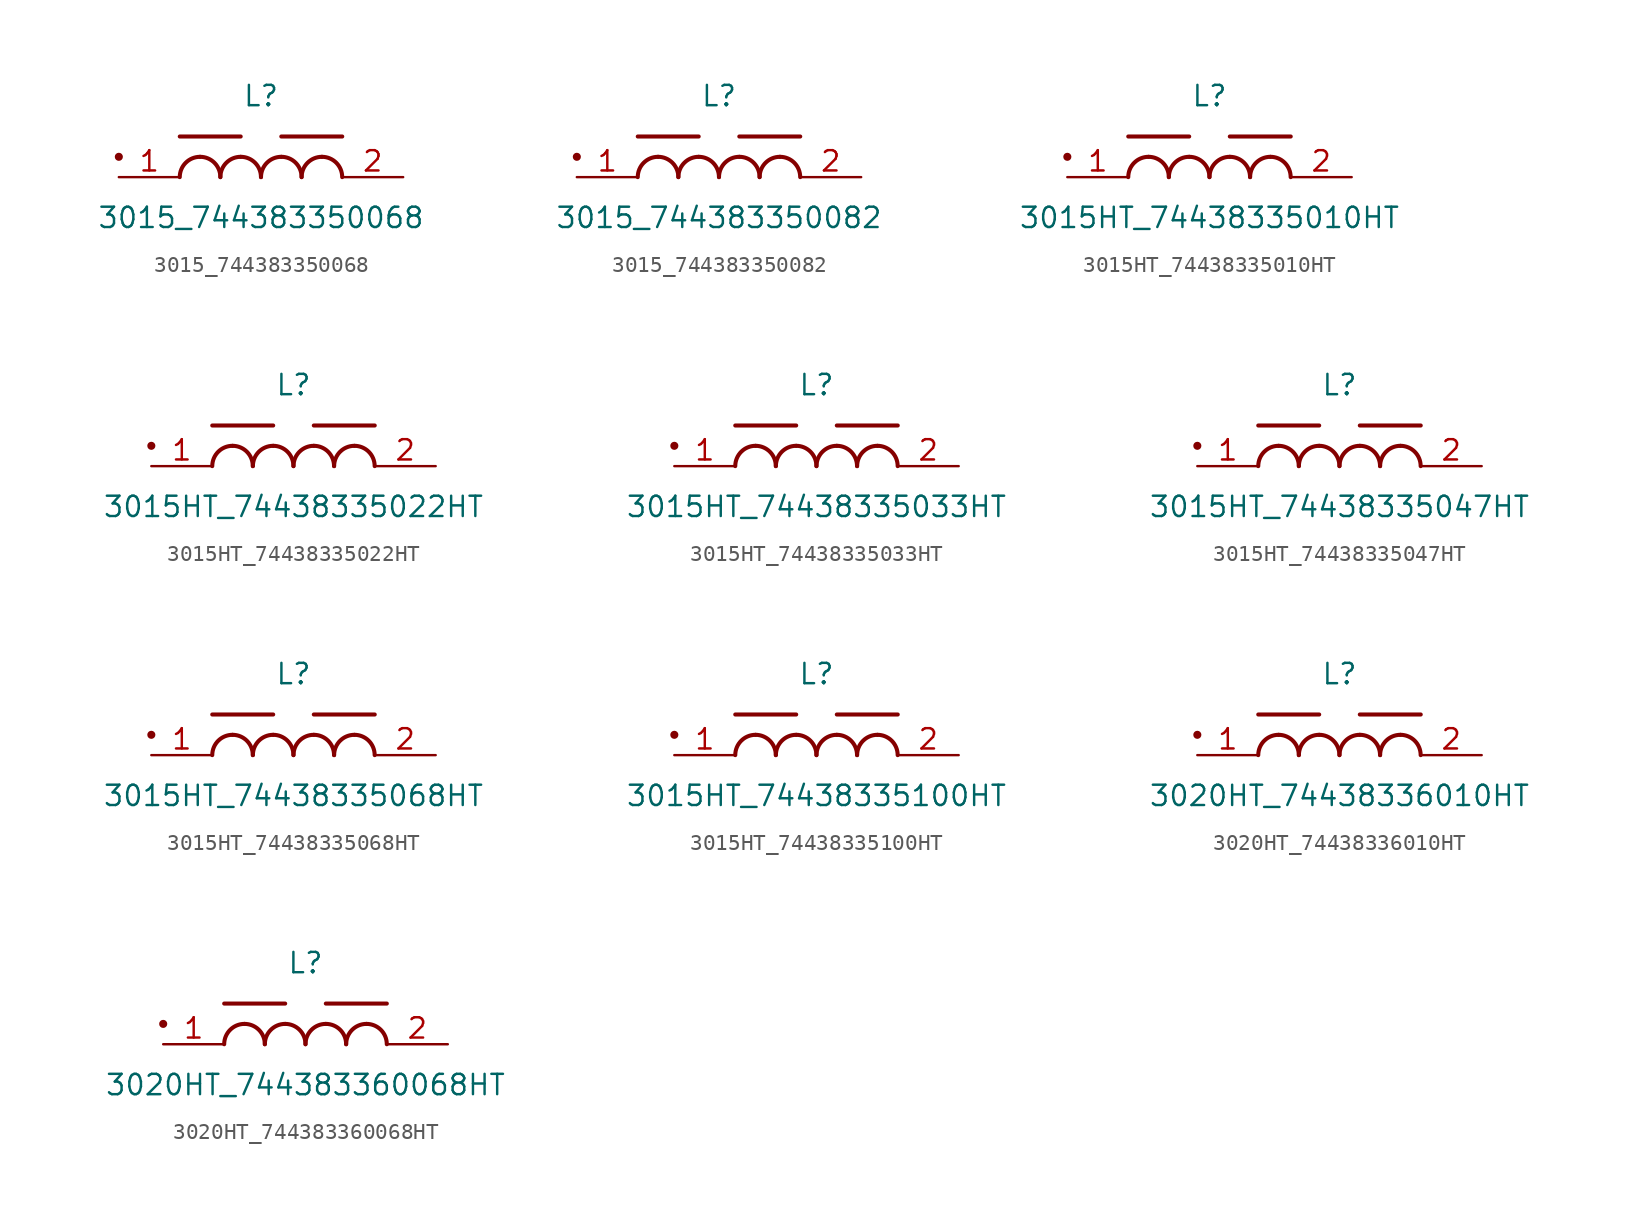
<source format=kicad_sym>
(kicad_symbol_lib
  (version 20211014)
  (generator kicad_symbol_editor)
  (symbol "Inductor_Wurth_WE-MAPI:3015_744383350068"
    (pin_names hide)
    (property "Reference" "L"
      (at 0 5.08 0)
      (effects (font (size 1.27 1.27))))
    (property "Value" "3015_744383350068"
      (at 0 -2.54 0)
      (effects (font (size 1.27 1.27))))
    (symbol "3015_744383350068_0_1"
      (circle (center -8.89 1.27) (radius 0.0001) (stroke (width 0.254)) (stroke (width 0.254) (type default) (color 0 0 0 0)) (fill (type none)))
      (arc (start -3.81 1.27) (mid -4.708 0.898) (end -5.08 0) (stroke (width 0.254) (type default) (color 0 0 0 0)) (fill (type none)))
      (arc (start -2.54 0) (mid -2.912 0.898) (end -3.81 1.27) (stroke (width 0.254) (type default) (color 0 0 0 0)) (fill (type none)))
      (arc (start -1.2699 1.2701) (mid -2.1679 0.8981) (end -2.5399 0.0001) (stroke (width 0.254) (type default) (color 0 0 0 0)) (fill (type none)))
      (polyline (pts (xy -5.08 2.54) (xy -1.27 2.54)) (stroke (width 0.254) (type default) (color 0 0 0 0)) (fill (type none)))
      (polyline (pts (xy 5.08 2.54) (xy 1.27 2.54)) (stroke (width 0.254) (type default) (color 0 0 0 0)) (fill (type none)))
      (arc (start 0.0001 0.0001) (mid -0.3719 0.8981) (end -1.2699 1.2701) (stroke (width 0.254) (type default) (color 0 0 0 0)) (fill (type none)))
      (arc (start 1.2701 1.2701) (mid 0.3721 0.8981) (end 0.0001 0.0001) (stroke (width 0.254) (type default) (color 0 0 0 0)) (fill (type none)))
      (arc (start 2.5401 0.0001) (mid 2.1681 0.8981) (end 1.2701 1.2701) (stroke (width 0.254) (type default) (color 0 0 0 0)) (fill (type none)))
      (arc (start 3.8101 1.2701) (mid 2.9121 0.8981) (end 2.5401 0.0001) (stroke (width 0.254) (type default) (color 0 0 0 0)) (fill (type none)))
      (arc (start 5.0801 0.0001) (mid 4.7081 0.8981) (end 3.8101 1.2701) (stroke (width 0.254) (type default) (color 0 0 0 0)) (fill (type none))))
    (symbol "3015_744383350068_1_1"
      (pin passive line (at -8.89 0 0) (length 3.81) (name "1" (effects (font (size 1.27 1.27)))) (number "1" (effects (font (size 1.27 1.27)))))
      (pin passive line (at 8.89 0 180) (length 3.81) (name "2" (effects (font (size 1.27 1.27)))) (number "2" (effects (font (size 1.27 1.27)))))))
  (symbol "Inductor_Wurth_WE-MAPI:3015_744383350082"
    (pin_names hide)
    (property "Reference" "L"
      (at 0 5.08 0)
      (effects (font (size 1.27 1.27))))
    (property "Value" "3015_744383350082"
      (at 0 -2.54 0)
      (effects (font (size 1.27 1.27))))
    (symbol "3015_744383350082_0_1"
      (circle (center -8.89 1.27) (radius 0.0001) (stroke (width 0.254)) (stroke (width 0.254) (type default) (color 0 0 0 0)) (fill (type none)))
      (arc (start -3.81 1.27) (mid -4.708 0.898) (end -5.08 0) (stroke (width 0.254) (type default) (color 0 0 0 0)) (fill (type none)))
      (arc (start -2.54 0) (mid -2.912 0.898) (end -3.81 1.27) (stroke (width 0.254) (type default) (color 0 0 0 0)) (fill (type none)))
      (arc (start -1.2699 1.2701) (mid -2.1679 0.8981) (end -2.5399 0.0001) (stroke (width 0.254) (type default) (color 0 0 0 0)) (fill (type none)))
      (polyline (pts (xy -5.08 2.54) (xy -1.27 2.54)) (stroke (width 0.254) (type default) (color 0 0 0 0)) (fill (type none)))
      (polyline (pts (xy 5.08 2.54) (xy 1.27 2.54)) (stroke (width 0.254) (type default) (color 0 0 0 0)) (fill (type none)))
      (arc (start 0.0001 0.0001) (mid -0.3719 0.8981) (end -1.2699 1.2701) (stroke (width 0.254) (type default) (color 0 0 0 0)) (fill (type none)))
      (arc (start 1.2701 1.2701) (mid 0.3721 0.8981) (end 0.0001 0.0001) (stroke (width 0.254) (type default) (color 0 0 0 0)) (fill (type none)))
      (arc (start 2.5401 0.0001) (mid 2.1681 0.8981) (end 1.2701 1.2701) (stroke (width 0.254) (type default) (color 0 0 0 0)) (fill (type none)))
      (arc (start 3.8101 1.2701) (mid 2.9121 0.8981) (end 2.5401 0.0001) (stroke (width 0.254) (type default) (color 0 0 0 0)) (fill (type none)))
      (arc (start 5.0801 0.0001) (mid 4.7081 0.8981) (end 3.8101 1.2701) (stroke (width 0.254) (type default) (color 0 0 0 0)) (fill (type none))))
    (symbol "3015_744383350082_1_1"
      (pin passive line (at -8.89 0 0) (length 3.81) (name "1" (effects (font (size 1.27 1.27)))) (number "1" (effects (font (size 1.27 1.27)))))
      (pin passive line (at 8.89 0 180) (length 3.81) (name "2" (effects (font (size 1.27 1.27)))) (number "2" (effects (font (size 1.27 1.27)))))))
  (symbol "Inductor_Wurth_WE-MAPI:3015HT_74438335010HT"
    (pin_names hide)
    (property "Reference" "L"
      (at 0 5.08 0)
      (effects (font (size 1.27 1.27))))
    (property "Value" "3015HT_74438335010HT"
      (at 0 -2.54 0)
      (effects (font (size 1.27 1.27))))
    (symbol "3015HT_74438335010HT_0_1"
      (circle (center -8.89 1.27) (radius 0.0001) (stroke (width 0.254)) (stroke (width 0.254) (type default) (color 0 0 0 0)) (fill (type none)))
      (arc (start -3.81 1.27) (mid -4.708 0.898) (end -5.08 0) (stroke (width 0.254) (type default) (color 0 0 0 0)) (fill (type none)))
      (arc (start -2.54 0) (mid -2.912 0.898) (end -3.81 1.27) (stroke (width 0.254) (type default) (color 0 0 0 0)) (fill (type none)))
      (arc (start -1.2699 1.2701) (mid -2.1679 0.8981) (end -2.5399 0.0001) (stroke (width 0.254) (type default) (color 0 0 0 0)) (fill (type none)))
      (polyline (pts (xy -5.08 2.54) (xy -1.27 2.54)) (stroke (width 0.254) (type default) (color 0 0 0 0)) (fill (type none)))
      (polyline (pts (xy 5.08 2.54) (xy 1.27 2.54)) (stroke (width 0.254) (type default) (color 0 0 0 0)) (fill (type none)))
      (arc (start 0.0001 0.0001) (mid -0.3719 0.8981) (end -1.2699 1.2701) (stroke (width 0.254) (type default) (color 0 0 0 0)) (fill (type none)))
      (arc (start 1.2701 1.2701) (mid 0.3721 0.8981) (end 0.0001 0.0001) (stroke (width 0.254) (type default) (color 0 0 0 0)) (fill (type none)))
      (arc (start 2.5401 0.0001) (mid 2.1681 0.8981) (end 1.2701 1.2701) (stroke (width 0.254) (type default) (color 0 0 0 0)) (fill (type none)))
      (arc (start 3.8101 1.2701) (mid 2.9121 0.8981) (end 2.5401 0.0001) (stroke (width 0.254) (type default) (color 0 0 0 0)) (fill (type none)))
      (arc (start 5.0801 0.0001) (mid 4.7081 0.8981) (end 3.8101 1.2701) (stroke (width 0.254) (type default) (color 0 0 0 0)) (fill (type none))))
    (symbol "3015HT_74438335010HT_1_1"
      (pin passive line (at -8.89 0 0) (length 3.81) (name "1" (effects (font (size 1.27 1.27)))) (number "1" (effects (font (size 1.27 1.27)))))
      (pin passive line (at 8.89 0 180) (length 3.81) (name "2" (effects (font (size 1.27 1.27)))) (number "2" (effects (font (size 1.27 1.27)))))))
  (symbol "Inductor_Wurth_WE-MAPI:3015HT_74438335022HT"
    (pin_names hide)
    (property "Reference" "L"
      (at 0 5.08 0)
      (effects (font (size 1.27 1.27))))
    (property "Value" "3015HT_74438335022HT"
      (at 0 -2.54 0)
      (effects (font (size 1.27 1.27))))
    (symbol "3015HT_74438335022HT_0_1"
      (circle (center -8.89 1.27) (radius 0.0001) (stroke (width 0.254)) (stroke (width 0.254) (type default) (color 0 0 0 0)) (fill (type none)))
      (arc (start -3.81 1.27) (mid -4.708 0.898) (end -5.08 0) (stroke (width 0.254) (type default) (color 0 0 0 0)) (fill (type none)))
      (arc (start -2.54 0) (mid -2.912 0.898) (end -3.81 1.27) (stroke (width 0.254) (type default) (color 0 0 0 0)) (fill (type none)))
      (arc (start -1.2699 1.2701) (mid -2.1679 0.8981) (end -2.5399 0.0001) (stroke (width 0.254) (type default) (color 0 0 0 0)) (fill (type none)))
      (polyline (pts (xy -5.08 2.54) (xy -1.27 2.54)) (stroke (width 0.254) (type default) (color 0 0 0 0)) (fill (type none)))
      (polyline (pts (xy 5.08 2.54) (xy 1.27 2.54)) (stroke (width 0.254) (type default) (color 0 0 0 0)) (fill (type none)))
      (arc (start 0.0001 0.0001) (mid -0.3719 0.8981) (end -1.2699 1.2701) (stroke (width 0.254) (type default) (color 0 0 0 0)) (fill (type none)))
      (arc (start 1.2701 1.2701) (mid 0.3721 0.8981) (end 0.0001 0.0001) (stroke (width 0.254) (type default) (color 0 0 0 0)) (fill (type none)))
      (arc (start 2.5401 0.0001) (mid 2.1681 0.8981) (end 1.2701 1.2701) (stroke (width 0.254) (type default) (color 0 0 0 0)) (fill (type none)))
      (arc (start 3.8101 1.2701) (mid 2.9121 0.8981) (end 2.5401 0.0001) (stroke (width 0.254) (type default) (color 0 0 0 0)) (fill (type none)))
      (arc (start 5.0801 0.0001) (mid 4.7081 0.8981) (end 3.8101 1.2701) (stroke (width 0.254) (type default) (color 0 0 0 0)) (fill (type none))))
    (symbol "3015HT_74438335022HT_1_1"
      (pin passive line (at -8.89 0 0) (length 3.81) (name "1" (effects (font (size 1.27 1.27)))) (number "1" (effects (font (size 1.27 1.27)))))
      (pin passive line (at 8.89 0 180) (length 3.81) (name "2" (effects (font (size 1.27 1.27)))) (number "2" (effects (font (size 1.27 1.27)))))))
  (symbol "Inductor_Wurth_WE-MAPI:3015HT_74438335033HT"
    (pin_names hide)
    (property "Reference" "L"
      (at 0 5.08 0)
      (effects (font (size 1.27 1.27))))
    (property "Value" "3015HT_74438335033HT"
      (at 0 -2.54 0)
      (effects (font (size 1.27 1.27))))
    (symbol "3015HT_74438335033HT_0_1"
      (circle (center -8.89 1.27) (radius 0.0001) (stroke (width 0.254)) (stroke (width 0.254) (type default) (color 0 0 0 0)) (fill (type none)))
      (arc (start -3.81 1.27) (mid -4.708 0.898) (end -5.08 0) (stroke (width 0.254) (type default) (color 0 0 0 0)) (fill (type none)))
      (arc (start -2.54 0) (mid -2.912 0.898) (end -3.81 1.27) (stroke (width 0.254) (type default) (color 0 0 0 0)) (fill (type none)))
      (arc (start -1.2699 1.2701) (mid -2.1679 0.8981) (end -2.5399 0.0001) (stroke (width 0.254) (type default) (color 0 0 0 0)) (fill (type none)))
      (polyline (pts (xy -5.08 2.54) (xy -1.27 2.54)) (stroke (width 0.254) (type default) (color 0 0 0 0)) (fill (type none)))
      (polyline (pts (xy 5.08 2.54) (xy 1.27 2.54)) (stroke (width 0.254) (type default) (color 0 0 0 0)) (fill (type none)))
      (arc (start 0.0001 0.0001) (mid -0.3719 0.8981) (end -1.2699 1.2701) (stroke (width 0.254) (type default) (color 0 0 0 0)) (fill (type none)))
      (arc (start 1.2701 1.2701) (mid 0.3721 0.8981) (end 0.0001 0.0001) (stroke (width 0.254) (type default) (color 0 0 0 0)) (fill (type none)))
      (arc (start 2.5401 0.0001) (mid 2.1681 0.8981) (end 1.2701 1.2701) (stroke (width 0.254) (type default) (color 0 0 0 0)) (fill (type none)))
      (arc (start 3.8101 1.2701) (mid 2.9121 0.8981) (end 2.5401 0.0001) (stroke (width 0.254) (type default) (color 0 0 0 0)) (fill (type none)))
      (arc (start 5.0801 0.0001) (mid 4.7081 0.8981) (end 3.8101 1.2701) (stroke (width 0.254) (type default) (color 0 0 0 0)) (fill (type none))))
    (symbol "3015HT_74438335033HT_1_1"
      (pin passive line (at -8.89 0 0) (length 3.81) (name "1" (effects (font (size 1.27 1.27)))) (number "1" (effects (font (size 1.27 1.27)))))
      (pin passive line (at 8.89 0 180) (length 3.81) (name "2" (effects (font (size 1.27 1.27)))) (number "2" (effects (font (size 1.27 1.27)))))))
  (symbol "Inductor_Wurth_WE-MAPI:3015HT_74438335047HT"
    (pin_names hide)
    (property "Reference" "L"
      (at 0 5.08 0)
      (effects (font (size 1.27 1.27))))
    (property "Value" "3015HT_74438335047HT"
      (at 0 -2.54 0)
      (effects (font (size 1.27 1.27))))
    (symbol "3015HT_74438335047HT_0_1"
      (circle (center -8.89 1.27) (radius 0.0001) (stroke (width 0.254)) (stroke (width 0.254) (type default) (color 0 0 0 0)) (fill (type none)))
      (arc (start -3.81 1.27) (mid -4.708 0.898) (end -5.08 0) (stroke (width 0.254) (type default) (color 0 0 0 0)) (fill (type none)))
      (arc (start -2.54 0) (mid -2.912 0.898) (end -3.81 1.27) (stroke (width 0.254) (type default) (color 0 0 0 0)) (fill (type none)))
      (arc (start -1.2699 1.2701) (mid -2.1679 0.8981) (end -2.5399 0.0001) (stroke (width 0.254) (type default) (color 0 0 0 0)) (fill (type none)))
      (polyline (pts (xy -5.08 2.54) (xy -1.27 2.54)) (stroke (width 0.254) (type default) (color 0 0 0 0)) (fill (type none)))
      (polyline (pts (xy 5.08 2.54) (xy 1.27 2.54)) (stroke (width 0.254) (type default) (color 0 0 0 0)) (fill (type none)))
      (arc (start 0.0001 0.0001) (mid -0.3719 0.8981) (end -1.2699 1.2701) (stroke (width 0.254) (type default) (color 0 0 0 0)) (fill (type none)))
      (arc (start 1.2701 1.2701) (mid 0.3721 0.8981) (end 0.0001 0.0001) (stroke (width 0.254) (type default) (color 0 0 0 0)) (fill (type none)))
      (arc (start 2.5401 0.0001) (mid 2.1681 0.8981) (end 1.2701 1.2701) (stroke (width 0.254) (type default) (color 0 0 0 0)) (fill (type none)))
      (arc (start 3.8101 1.2701) (mid 2.9121 0.8981) (end 2.5401 0.0001) (stroke (width 0.254) (type default) (color 0 0 0 0)) (fill (type none)))
      (arc (start 5.0801 0.0001) (mid 4.7081 0.8981) (end 3.8101 1.2701) (stroke (width 0.254) (type default) (color 0 0 0 0)) (fill (type none))))
    (symbol "3015HT_74438335047HT_1_1"
      (pin passive line (at -8.89 0 0) (length 3.81) (name "1" (effects (font (size 1.27 1.27)))) (number "1" (effects (font (size 1.27 1.27)))))
      (pin passive line (at 8.89 0 180) (length 3.81) (name "2" (effects (font (size 1.27 1.27)))) (number "2" (effects (font (size 1.27 1.27)))))))
  (symbol "Inductor_Wurth_WE-MAPI:3015HT_74438335068HT"
    (pin_names hide)
    (property "Reference" "L"
      (at 0 5.08 0)
      (effects (font (size 1.27 1.27))))
    (property "Value" "3015HT_74438335068HT"
      (at 0 -2.54 0)
      (effects (font (size 1.27 1.27))))
    (symbol "3015HT_74438335068HT_0_1"
      (circle (center -8.89 1.27) (radius 0.0001) (stroke (width 0.254)) (stroke (width 0.254) (type default) (color 0 0 0 0)) (fill (type none)))
      (arc (start -3.81 1.27) (mid -4.708 0.898) (end -5.08 0) (stroke (width 0.254) (type default) (color 0 0 0 0)) (fill (type none)))
      (arc (start -2.54 0) (mid -2.912 0.898) (end -3.81 1.27) (stroke (width 0.254) (type default) (color 0 0 0 0)) (fill (type none)))
      (arc (start -1.2699 1.2701) (mid -2.1679 0.8981) (end -2.5399 0.0001) (stroke (width 0.254) (type default) (color 0 0 0 0)) (fill (type none)))
      (polyline (pts (xy -5.08 2.54) (xy -1.27 2.54)) (stroke (width 0.254) (type default) (color 0 0 0 0)) (fill (type none)))
      (polyline (pts (xy 5.08 2.54) (xy 1.27 2.54)) (stroke (width 0.254) (type default) (color 0 0 0 0)) (fill (type none)))
      (arc (start 0.0001 0.0001) (mid -0.3719 0.8981) (end -1.2699 1.2701) (stroke (width 0.254) (type default) (color 0 0 0 0)) (fill (type none)))
      (arc (start 1.2701 1.2701) (mid 0.3721 0.8981) (end 0.0001 0.0001) (stroke (width 0.254) (type default) (color 0 0 0 0)) (fill (type none)))
      (arc (start 2.5401 0.0001) (mid 2.1681 0.8981) (end 1.2701 1.2701) (stroke (width 0.254) (type default) (color 0 0 0 0)) (fill (type none)))
      (arc (start 3.8101 1.2701) (mid 2.9121 0.8981) (end 2.5401 0.0001) (stroke (width 0.254) (type default) (color 0 0 0 0)) (fill (type none)))
      (arc (start 5.0801 0.0001) (mid 4.7081 0.8981) (end 3.8101 1.2701) (stroke (width 0.254) (type default) (color 0 0 0 0)) (fill (type none))))
    (symbol "3015HT_74438335068HT_1_1"
      (pin passive line (at -8.89 0 0) (length 3.81) (name "1" (effects (font (size 1.27 1.27)))) (number "1" (effects (font (size 1.27 1.27)))))
      (pin passive line (at 8.89 0 180) (length 3.81) (name "2" (effects (font (size 1.27 1.27)))) (number "2" (effects (font (size 1.27 1.27)))))))
  (symbol "Inductor_Wurth_WE-MAPI:3015HT_74438335100HT"
    (pin_names hide)
    (property "Reference" "L"
      (at 0 5.08 0)
      (effects (font (size 1.27 1.27))))
    (property "Value" "3015HT_74438335100HT"
      (at 0 -2.54 0)
      (effects (font (size 1.27 1.27))))
    (symbol "3015HT_74438335100HT_0_1"
      (circle (center -8.89 1.27) (radius 0.0001) (stroke (width 0.254)) (stroke (width 0.254) (type default) (color 0 0 0 0)) (fill (type none)))
      (arc (start -3.81 1.27) (mid -4.708 0.898) (end -5.08 0) (stroke (width 0.254) (type default) (color 0 0 0 0)) (fill (type none)))
      (arc (start -2.54 0) (mid -2.912 0.898) (end -3.81 1.27) (stroke (width 0.254) (type default) (color 0 0 0 0)) (fill (type none)))
      (arc (start -1.2699 1.2701) (mid -2.1679 0.8981) (end -2.5399 0.0001) (stroke (width 0.254) (type default) (color 0 0 0 0)) (fill (type none)))
      (polyline (pts (xy -5.08 2.54) (xy -1.27 2.54)) (stroke (width 0.254) (type default) (color 0 0 0 0)) (fill (type none)))
      (polyline (pts (xy 5.08 2.54) (xy 1.27 2.54)) (stroke (width 0.254) (type default) (color 0 0 0 0)) (fill (type none)))
      (arc (start 0.0001 0.0001) (mid -0.3719 0.8981) (end -1.2699 1.2701) (stroke (width 0.254) (type default) (color 0 0 0 0)) (fill (type none)))
      (arc (start 1.2701 1.2701) (mid 0.3721 0.8981) (end 0.0001 0.0001) (stroke (width 0.254) (type default) (color 0 0 0 0)) (fill (type none)))
      (arc (start 2.5401 0.0001) (mid 2.1681 0.8981) (end 1.2701 1.2701) (stroke (width 0.254) (type default) (color 0 0 0 0)) (fill (type none)))
      (arc (start 3.8101 1.2701) (mid 2.9121 0.8981) (end 2.5401 0.0001) (stroke (width 0.254) (type default) (color 0 0 0 0)) (fill (type none)))
      (arc (start 5.0801 0.0001) (mid 4.7081 0.8981) (end 3.8101 1.2701) (stroke (width 0.254) (type default) (color 0 0 0 0)) (fill (type none))))
    (symbol "3015HT_74438335100HT_1_1"
      (pin passive line (at -8.89 0 0) (length 3.81) (name "1" (effects (font (size 1.27 1.27)))) (number "1" (effects (font (size 1.27 1.27)))))
      (pin passive line (at 8.89 0 180) (length 3.81) (name "2" (effects (font (size 1.27 1.27)))) (number "2" (effects (font (size 1.27 1.27)))))))
  (symbol "Inductor_Wurth_WE-MAPI:3020HT_74438336010HT"
    (pin_names hide)
    (property "Reference" "L"
      (at 0 5.08 0)
      (effects (font (size 1.27 1.27))))
    (property "Value" "3020HT_74438336010HT"
      (at 0 -2.54 0)
      (effects (font (size 1.27 1.27))))
    (symbol "3020HT_74438336010HT_0_1"
      (circle (center -8.89 1.27) (radius 0.0001) (stroke (width 0.254)) (stroke (width 0.254) (type default) (color 0 0 0 0)) (fill (type none)))
      (arc (start -3.81 1.27) (mid -4.708 0.898) (end -5.08 0) (stroke (width 0.254) (type default) (color 0 0 0 0)) (fill (type none)))
      (arc (start -2.54 0) (mid -2.912 0.898) (end -3.81 1.27) (stroke (width 0.254) (type default) (color 0 0 0 0)) (fill (type none)))
      (arc (start -1.2699 1.2701) (mid -2.1679 0.8981) (end -2.5399 0.0001) (stroke (width 0.254) (type default) (color 0 0 0 0)) (fill (type none)))
      (polyline (pts (xy -5.08 2.54) (xy -1.27 2.54)) (stroke (width 0.254) (type default) (color 0 0 0 0)) (fill (type none)))
      (polyline (pts (xy 5.08 2.54) (xy 1.27 2.54)) (stroke (width 0.254) (type default) (color 0 0 0 0)) (fill (type none)))
      (arc (start 0.0001 0.0001) (mid -0.3719 0.8981) (end -1.2699 1.2701) (stroke (width 0.254) (type default) (color 0 0 0 0)) (fill (type none)))
      (arc (start 1.2701 1.2701) (mid 0.3721 0.8981) (end 0.0001 0.0001) (stroke (width 0.254) (type default) (color 0 0 0 0)) (fill (type none)))
      (arc (start 2.5401 0.0001) (mid 2.1681 0.8981) (end 1.2701 1.2701) (stroke (width 0.254) (type default) (color 0 0 0 0)) (fill (type none)))
      (arc (start 3.8101 1.2701) (mid 2.9121 0.8981) (end 2.5401 0.0001) (stroke (width 0.254) (type default) (color 0 0 0 0)) (fill (type none)))
      (arc (start 5.0801 0.0001) (mid 4.7081 0.8981) (end 3.8101 1.2701) (stroke (width 0.254) (type default) (color 0 0 0 0)) (fill (type none))))
    (symbol "3020HT_74438336010HT_1_1"
      (pin passive line (at -8.89 0 0) (length 3.81) (name "1" (effects (font (size 1.27 1.27)))) (number "1" (effects (font (size 1.27 1.27)))))
      (pin passive line (at 8.89 0 180) (length 3.81) (name "2" (effects (font (size 1.27 1.27)))) (number "2" (effects (font (size 1.27 1.27)))))))
  (symbol "Inductor_Wurth_WE-MAPI:3020HT_744383360068HT"
    (pin_names hide)
    (property "Reference" "L"
      (at 0 5.08 0)
      (effects (font (size 1.27 1.27))))
    (property "Value" "3020HT_744383360068HT"
      (at 0 -2.54 0)
      (effects (font (size 1.27 1.27))))
    (symbol "3020HT_744383360068HT_0_1"
      (circle (center -8.89 1.27) (radius 0.0001) (stroke (width 0.254)) (stroke (width 0.254) (type default) (color 0 0 0 0)) (fill (type none)))
      (arc (start -3.81 1.27) (mid -4.708 0.898) (end -5.08 0) (stroke (width 0.254) (type default) (color 0 0 0 0)) (fill (type none)))
      (arc (start -2.54 0) (mid -2.912 0.898) (end -3.81 1.27) (stroke (width 0.254) (type default) (color 0 0 0 0)) (fill (type none)))
      (arc (start -1.2699 1.2701) (mid -2.1679 0.8981) (end -2.5399 0.0001) (stroke (width 0.254) (type default) (color 0 0 0 0)) (fill (type none)))
      (polyline (pts (xy -5.08 2.54) (xy -1.27 2.54)) (stroke (width 0.254) (type default) (color 0 0 0 0)) (fill (type none)))
      (polyline (pts (xy 5.08 2.54) (xy 1.27 2.54)) (stroke (width 0.254) (type default) (color 0 0 0 0)) (fill (type none)))
      (arc (start 0.0001 0.0001) (mid -0.3719 0.8981) (end -1.2699 1.2701) (stroke (width 0.254) (type default) (color 0 0 0 0)) (fill (type none)))
      (arc (start 1.2701 1.2701) (mid 0.3721 0.8981) (end 0.0001 0.0001) (stroke (width 0.254) (type default) (color 0 0 0 0)) (fill (type none)))
      (arc (start 2.5401 0.0001) (mid 2.1681 0.8981) (end 1.2701 1.2701) (stroke (width 0.254) (type default) (color 0 0 0 0)) (fill (type none)))
      (arc (start 3.8101 1.2701) (mid 2.9121 0.8981) (end 2.5401 0.0001) (stroke (width 0.254) (type default) (color 0 0 0 0)) (fill (type none)))
      (arc (start 5.0801 0.0001) (mid 4.7081 0.8981) (end 3.8101 1.2701) (stroke (width 0.254) (type default) (color 0 0 0 0)) (fill (type none))))
    (symbol "3020HT_744383360068HT_1_1"
      (pin passive line (at -8.89 0 0) (length 3.81) (name "1" (effects (font (size 1.27 1.27)))) (number "1" (effects (font (size 1.27 1.27)))))
      (pin passive line (at 8.89 0 180) (length 3.81) (name "2" (effects (font (size 1.27 1.27)))) (number "2" (effects (font (size 1.27 1.27))))))))
</source>
